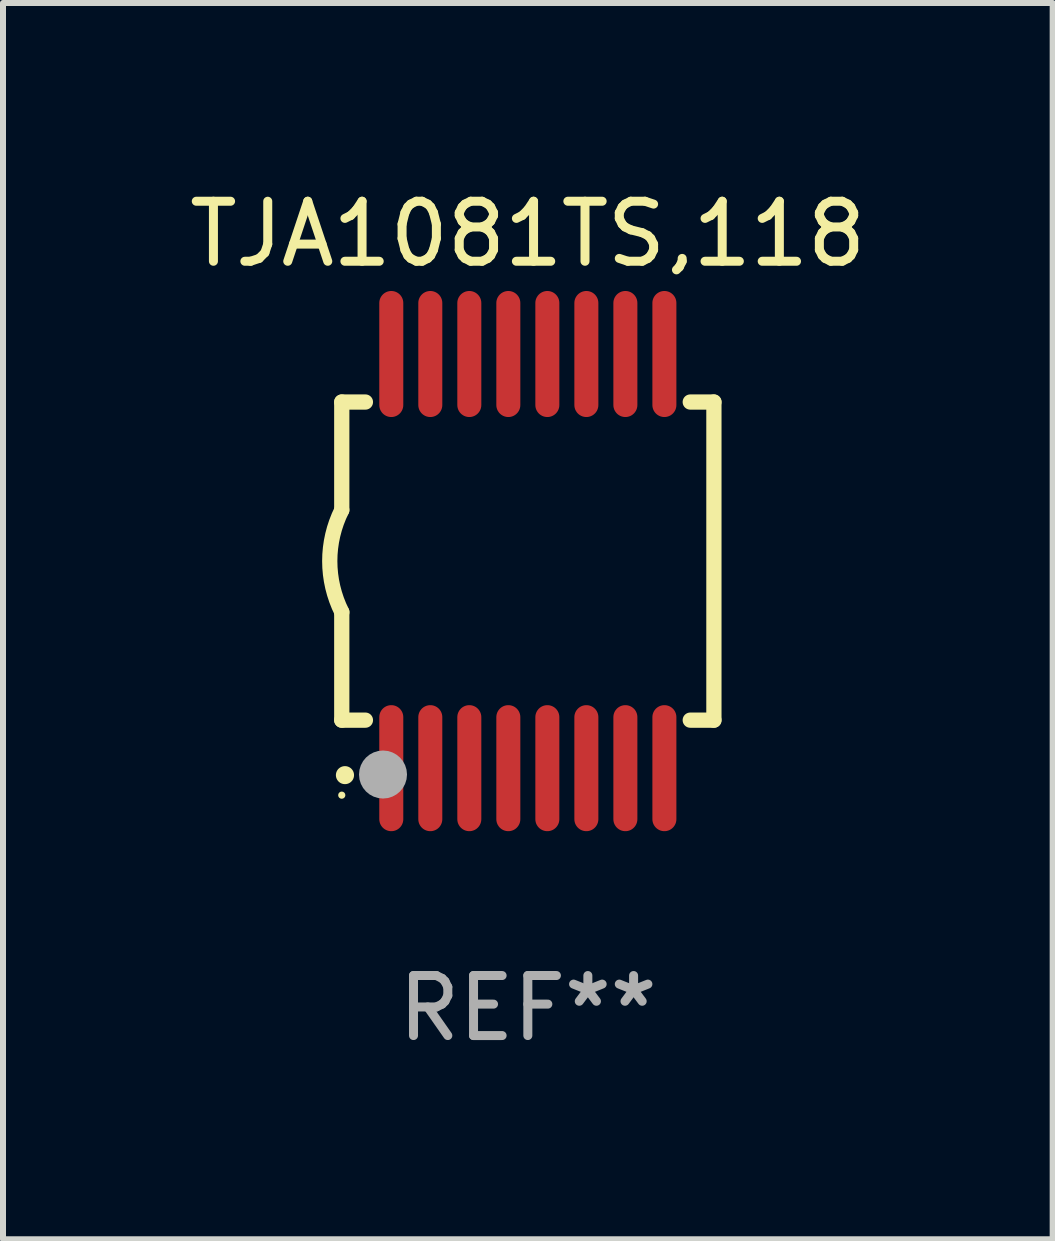
<source format=kicad_pcb>
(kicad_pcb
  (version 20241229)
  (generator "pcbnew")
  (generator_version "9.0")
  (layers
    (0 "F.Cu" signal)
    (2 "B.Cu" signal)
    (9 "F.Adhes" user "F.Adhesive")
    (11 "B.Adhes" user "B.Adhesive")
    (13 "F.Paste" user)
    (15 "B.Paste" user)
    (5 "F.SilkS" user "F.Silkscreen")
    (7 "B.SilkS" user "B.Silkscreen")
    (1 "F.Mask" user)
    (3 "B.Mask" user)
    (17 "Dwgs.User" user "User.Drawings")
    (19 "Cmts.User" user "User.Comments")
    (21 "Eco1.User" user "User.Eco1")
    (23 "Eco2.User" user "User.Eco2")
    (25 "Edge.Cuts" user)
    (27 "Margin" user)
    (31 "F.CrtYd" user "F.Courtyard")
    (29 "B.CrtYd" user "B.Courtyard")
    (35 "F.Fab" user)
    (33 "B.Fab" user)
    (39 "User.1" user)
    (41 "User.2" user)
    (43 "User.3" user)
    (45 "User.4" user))
  (footprint "TJA1081TS,118"
    (layer "F.Cu")
    (at 5.744 6.298)
    (property "Reference" "TJA1081TS,118" (at 0 -5.45 0) (layer "F.SilkS") (effects (font (size 1 1) (thickness 0.15))))
    (attr through_hole)
    (fp_line (start -3.1 -2.65) (end -3.1 -0.85) (stroke (width 0.254) (type solid)) (layer "F.SilkS"))
    (fp_line (start -3.1 -2.65) (end -2.706 -2.65) (stroke (width 0.254) (type solid)) (layer "F.SilkS"))
    (fp_line (start -3.1 2.65) (end -3.1 0.85) (stroke (width 0.254) (type solid)) (layer "F.SilkS"))
    (fp_line (start -3.1 2.65) (end -2.706 2.65) (stroke (width 0.254) (type solid)) (layer "F.SilkS"))
    (fp_line (start 2.706 -2.65) (end 3.1 -2.65) (stroke (width 0.254) (type solid)) (layer "F.SilkS"))
    (fp_line (start 2.706 2.65) (end 3.1 2.65) (stroke (width 0.254) (type solid)) (layer "F.SilkS"))
    (fp_line (start 3.1 -2.65) (end 3.1 2.65) (stroke (width 0.254) (type solid)) (layer "F.SilkS"))
    (fp_arc (start -3.098907 0.850902) (mid -3.300057 0.000523) (end -3.1 -0.850114) (stroke (width 0.254001) (type solid)) (layer "F.SilkS"))
    (fp_arc (start -3.048006 3.566066) (mid -3.046736 3.566061) (end -3.045466 3.566066) (stroke (width 0.3) (type solid)) (layer "F.SilkS"))
    (fp_circle (center -3.1 3.9) (end -3.07 3.9) (stroke (width 0.06) (type solid)) (fill no) (layer "F.SilkS"))
    (fp_circle (center -2.413 3.556) (end -2.213 3.556) (stroke (width 0.4) (type solid)) (fill no) (layer "F.Fab"))
    (fp_text user "REF**" (at 0 7.45 0) (layer "F.Fab") (effects (font (size 1 1) (thickness 0.15))))
    (pad "1" smd oval (at -2.275 3.45 180) (size 0.4 2.1) (layers "F.Cu" "F.Mask" "F.Paste"))
    (pad "2" smd oval (at -1.625 3.45 180) (size 0.4 2.1) (layers "F.Cu" "F.Mask" "F.Paste"))
    (pad "3" smd oval (at -0.975 3.45 180) (size 0.4 2.1) (layers "F.Cu" "F.Mask" "F.Paste"))
    (pad "4" smd oval (at -0.325 3.45 180) (size 0.4 2.1) (layers "F.Cu" "F.Mask" "F.Paste"))
    (pad "5" smd oval (at 0.325 3.45 180) (size 0.4 2.1) (layers "F.Cu" "F.Mask" "F.Paste"))
    (pad "6" smd oval (at 0.975 3.45 180) (size 0.4 2.1) (layers "F.Cu" "F.Mask" "F.Paste"))
    (pad "7" smd oval (at 1.625 3.45 180) (size 0.4 2.1) (layers "F.Cu" "F.Mask" "F.Paste"))
    (pad "8" smd oval (at 2.275 3.45 180) (size 0.4 2.1) (layers "F.Cu" "F.Mask" "F.Paste"))
    (pad "9" smd oval (at 2.275 -3.45 180) (size 0.4 2.1) (layers "F.Cu" "F.Mask" "F.Paste"))
    (pad "10" smd oval (at 1.625 -3.45 180) (size 0.4 2.1) (layers "F.Cu" "F.Mask" "F.Paste"))
    (pad "11" smd oval (at 0.975 -3.45 180) (size 0.4 2.1) (layers "F.Cu" "F.Mask" "F.Paste"))
    (pad "12" smd oval (at 0.325 -3.45 180) (size 0.4 2.1) (layers "F.Cu" "F.Mask" "F.Paste"))
    (pad "13" smd oval (at -0.325 -3.45 180) (size 0.4 2.1) (layers "F.Cu" "F.Mask" "F.Paste"))
    (pad "14" smd oval (at -0.975 -3.45 180) (size 0.4 2.1) (layers "F.Cu" "F.Mask" "F.Paste"))
    (pad "15" smd oval (at -1.625 -3.45 180) (size 0.4 2.1) (layers "F.Cu" "F.Mask" "F.Paste"))
    (pad "16" smd oval (at -2.275 -3.45 180) (size 0.4 2.1) (layers "F.Cu" "F.Mask" "F.Paste")))
  (gr_rect
    (start -3 -3)
    (end 14.488 17.597)
    (stroke (width 0.1) (type default))
    (fill no)
    (layer "Edge.Cuts")))
</source>
